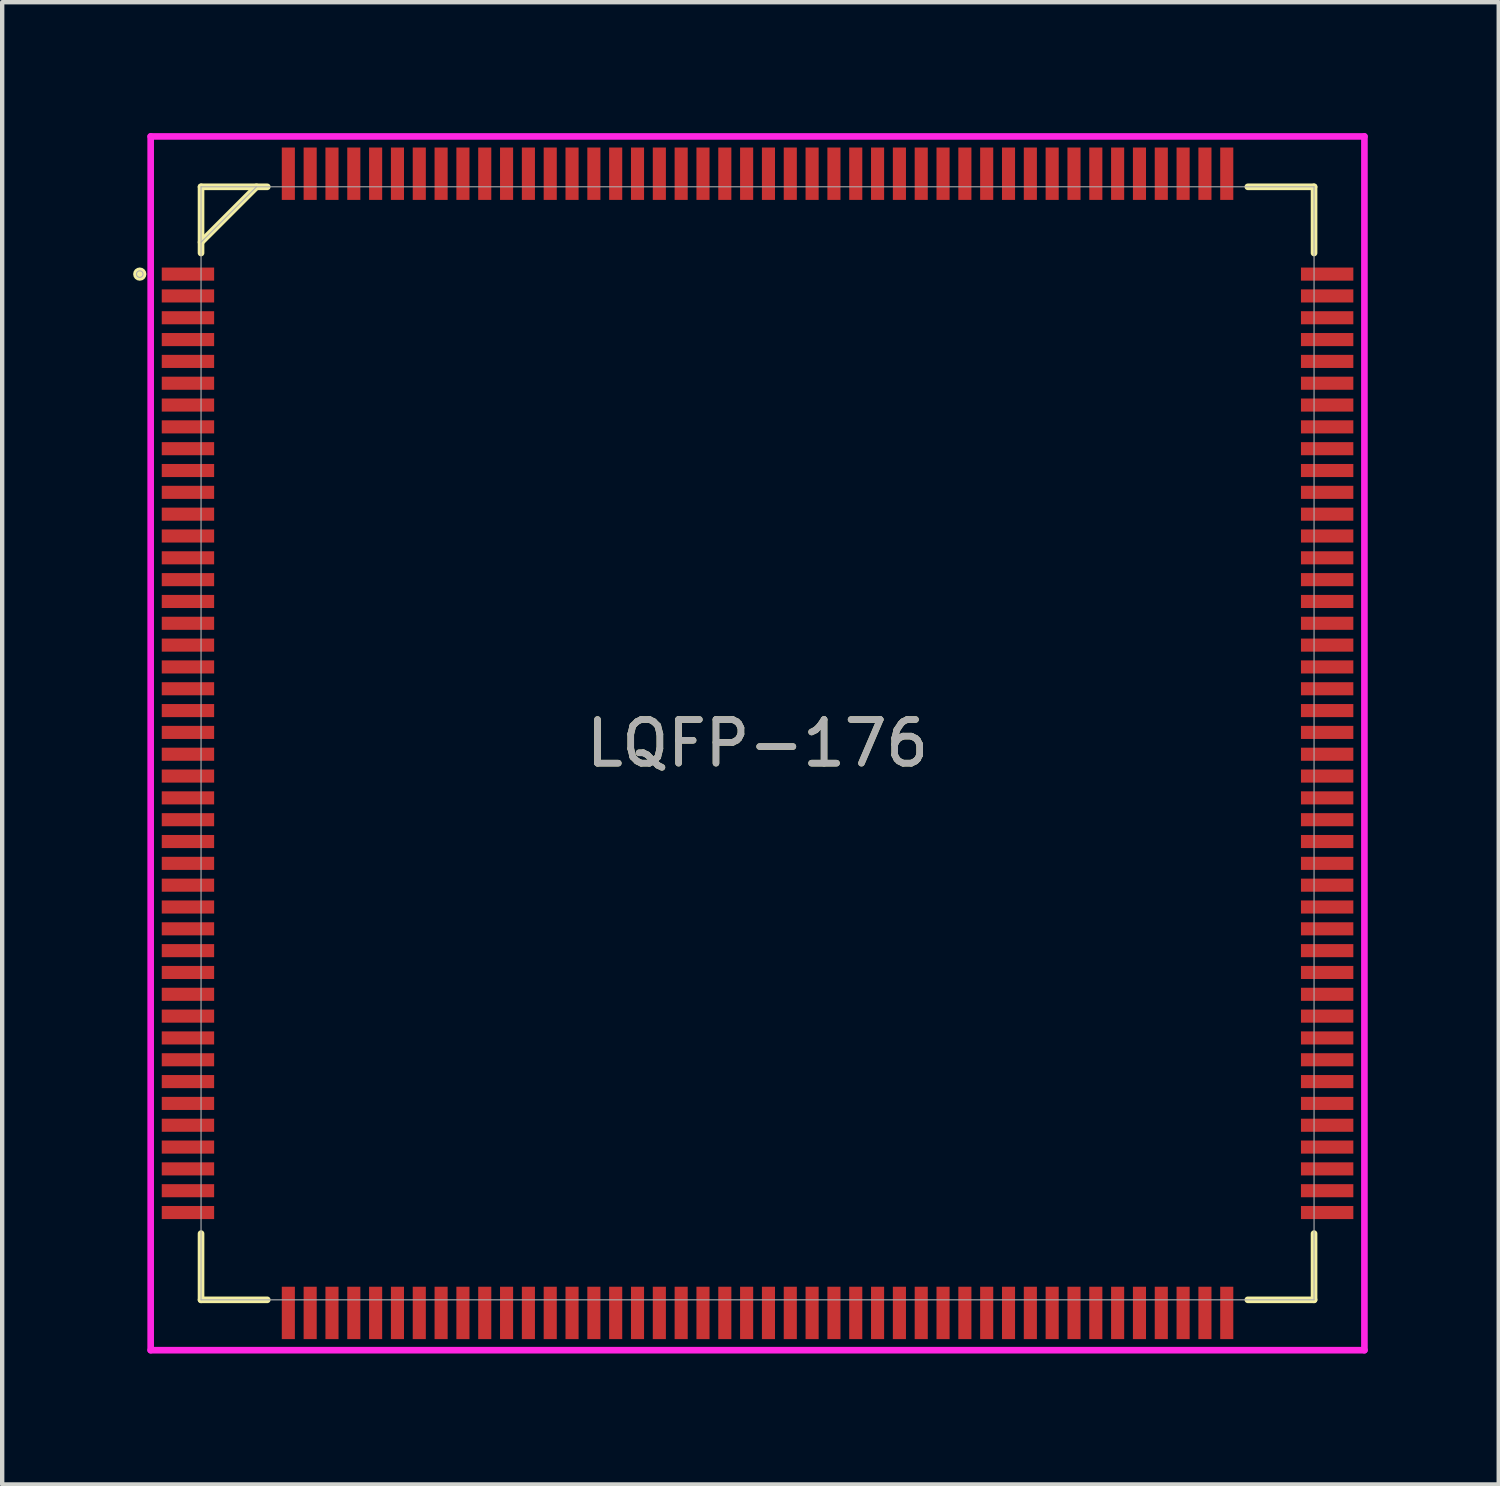
<source format=kicad_pcb>
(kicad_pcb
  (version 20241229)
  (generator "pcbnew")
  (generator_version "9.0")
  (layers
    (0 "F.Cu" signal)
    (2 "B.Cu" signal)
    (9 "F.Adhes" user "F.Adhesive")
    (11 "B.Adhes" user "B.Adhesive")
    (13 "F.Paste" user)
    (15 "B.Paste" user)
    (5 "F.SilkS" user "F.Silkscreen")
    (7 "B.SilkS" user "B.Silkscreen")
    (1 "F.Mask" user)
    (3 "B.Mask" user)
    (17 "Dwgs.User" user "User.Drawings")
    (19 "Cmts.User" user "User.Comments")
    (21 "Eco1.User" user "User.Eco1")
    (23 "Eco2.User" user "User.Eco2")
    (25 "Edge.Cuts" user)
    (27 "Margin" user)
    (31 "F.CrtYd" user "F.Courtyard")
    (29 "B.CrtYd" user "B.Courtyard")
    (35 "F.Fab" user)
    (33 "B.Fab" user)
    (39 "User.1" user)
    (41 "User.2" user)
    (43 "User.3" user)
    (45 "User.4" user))
  (footprint "LQFP-176"
    (layer "F.Cu")
    (at 14.306 13.98)
    (property "Reference" "LQFP-176" (at 0 0 0) (unlocked yes) (layer "F.SilkS") (effects (font (size 1 1) (thickness 0.15))))
    (attr smd)
    (fp_line (start -12.75 -12.75) (end -12.75 -11.233) (stroke (width 0.152) (type solid)) (layer "F.SilkS"))
    (fp_line (start -12.75 -11.48) (end -11.48 -12.75) (stroke (width 0.152) (type solid)) (layer "F.SilkS"))
    (fp_line (start -12.75 11.233) (end -12.75 12.75) (stroke (width 0.152) (type solid)) (layer "F.SilkS"))
    (fp_line (start -12.75 12.75) (end -11.233 12.75) (stroke (width 0.152) (type solid)) (layer "F.SilkS"))
    (fp_line (start -11.233 -12.75) (end -12.75 -12.75) (stroke (width 0.152) (type solid)) (layer "F.SilkS"))
    (fp_line (start 11.233 12.75) (end 12.75 12.75) (stroke (width 0.152) (type solid)) (layer "F.SilkS"))
    (fp_line (start 12.75 -12.75) (end 11.233 -12.75) (stroke (width 0.152) (type solid)) (layer "F.SilkS"))
    (fp_line (start 12.75 -11.233) (end 12.75 -12.75) (stroke (width 0.152) (type solid)) (layer "F.SilkS"))
    (fp_line (start 12.75 12.75) (end 12.75 11.233) (stroke (width 0.152) (type solid)) (layer "F.SilkS"))
    (fp_circle (center -14.154 -10.75) (end -14.078 -10.75) (stroke (width 0.152) (type solid)) (fill no) (layer "F.SilkS"))
    (fp_line (start -13.904 -13.904) (end 13.904 -13.904) (stroke (width 0.152) (type solid)) (layer "F.CrtYd"))
    (fp_line (start -13.904 13.904) (end -13.904 -13.904) (stroke (width 0.152) (type solid)) (layer "F.CrtYd"))
    (fp_line (start 13.904 -13.904) (end 13.904 13.904) (stroke (width 0.152) (type solid)) (layer "F.CrtYd"))
    (fp_line (start 13.904 13.904) (end -13.904 13.904) (stroke (width 0.152) (type solid)) (layer "F.CrtYd"))
    (fp_line (start -12.75 -12.75) (end -12.75 12.75) (stroke (width 0.025) (type solid)) (layer "F.Fab"))
    (fp_line (start -12.75 -11.48) (end -11.48 -12.75) (stroke (width 0.025) (type solid)) (layer "F.Fab"))
    (fp_line (start -12.75 12.75) (end 12.75 12.75) (stroke (width 0.025) (type solid)) (layer "F.Fab"))
    (fp_line (start 12.75 -12.75) (end -12.75 -12.75) (stroke (width 0.025) (type solid)) (layer "F.Fab"))
    (fp_line (start 12.75 12.75) (end 12.75 -12.75) (stroke (width 0.025) (type solid)) (layer "F.Fab"))
    (fp_circle (center -14.154 -10.75) (end -14.078 -10.75) (stroke (width 0.025) (type solid)) (fill no) (layer "F.Fab"))
    (fp_text user "${REFERENCE}" (at 0 0 0) (unlocked yes) (layer "F.Fab") (effects (font (size 1 1) (thickness 0.15))))
    (pad "1" smd rect (at -13.05 -10.75) (size 1.2 0.3) (layers "F.Cu" "F.Mask" "F.Paste"))
    (pad "2" smd rect (at -13.05 -10.25) (size 1.2 0.3) (layers "F.Cu" "F.Mask" "F.Paste"))
    (pad "3" smd rect (at -13.05 -9.75) (size 1.2 0.3) (layers "F.Cu" "F.Mask" "F.Paste"))
    (pad "4" smd rect (at -13.05 -9.25) (size 1.2 0.3) (layers "F.Cu" "F.Mask" "F.Paste"))
    (pad "5" smd rect (at -13.05 -8.75) (size 1.2 0.3) (layers "F.Cu" "F.Mask" "F.Paste"))
    (pad "6" smd rect (at -13.05 -8.25) (size 1.2 0.3) (layers "F.Cu" "F.Mask" "F.Paste"))
    (pad "7" smd rect (at -13.05 -7.75) (size 1.2 0.3) (layers "F.Cu" "F.Mask" "F.Paste"))
    (pad "8" smd rect (at -13.05 -7.25) (size 1.2 0.3) (layers "F.Cu" "F.Mask" "F.Paste"))
    (pad "9" smd rect (at -13.05 -6.75) (size 1.2 0.3) (layers "F.Cu" "F.Mask" "F.Paste"))
    (pad "10" smd rect (at -13.05 -6.25) (size 1.2 0.3) (layers "F.Cu" "F.Mask" "F.Paste"))
    (pad "11" smd rect (at -13.05 -5.75) (size 1.2 0.3) (layers "F.Cu" "F.Mask" "F.Paste"))
    (pad "12" smd rect (at -13.05 -5.25) (size 1.2 0.3) (layers "F.Cu" "F.Mask" "F.Paste"))
    (pad "13" smd rect (at -13.05 -4.75) (size 1.2 0.3) (layers "F.Cu" "F.Mask" "F.Paste"))
    (pad "14" smd rect (at -13.05 -4.25) (size 1.2 0.3) (layers "F.Cu" "F.Mask" "F.Paste"))
    (pad "15" smd rect (at -13.05 -3.75) (size 1.2 0.3) (layers "F.Cu" "F.Mask" "F.Paste"))
    (pad "16" smd rect (at -13.05 -3.25) (size 1.2 0.3) (layers "F.Cu" "F.Mask" "F.Paste"))
    (pad "17" smd rect (at -13.05 -2.75) (size 1.2 0.3) (layers "F.Cu" "F.Mask" "F.Paste"))
    (pad "18" smd rect (at -13.05 -2.25) (size 1.2 0.3) (layers "F.Cu" "F.Mask" "F.Paste"))
    (pad "19" smd rect (at -13.05 -1.75) (size 1.2 0.3) (layers "F.Cu" "F.Mask" "F.Paste"))
    (pad "20" smd rect (at -13.05 -1.25) (size 1.2 0.3) (layers "F.Cu" "F.Mask" "F.Paste"))
    (pad "21" smd rect (at -13.05 -0.75) (size 1.2 0.3) (layers "F.Cu" "F.Mask" "F.Paste"))
    (pad "22" smd rect (at -13.05 -0.25) (size 1.2 0.3) (layers "F.Cu" "F.Mask" "F.Paste"))
    (pad "23" smd rect (at -13.05 0.25) (size 1.2 0.3) (layers "F.Cu" "F.Mask" "F.Paste"))
    (pad "24" smd rect (at -13.05 0.75) (size 1.2 0.3) (layers "F.Cu" "F.Mask" "F.Paste"))
    (pad "25" smd rect (at -13.05 1.25) (size 1.2 0.3) (layers "F.Cu" "F.Mask" "F.Paste"))
    (pad "26" smd rect (at -13.05 1.75) (size 1.2 0.3) (layers "F.Cu" "F.Mask" "F.Paste"))
    (pad "27" smd rect (at -13.05 2.25) (size 1.2 0.3) (layers "F.Cu" "F.Mask" "F.Paste"))
    (pad "28" smd rect (at -13.05 2.75) (size 1.2 0.3) (layers "F.Cu" "F.Mask" "F.Paste"))
    (pad "29" smd rect (at -13.05 3.25) (size 1.2 0.3) (layers "F.Cu" "F.Mask" "F.Paste"))
    (pad "30" smd rect (at -13.05 3.75) (size 1.2 0.3) (layers "F.Cu" "F.Mask" "F.Paste"))
    (pad "31" smd rect (at -13.05 4.25) (size 1.2 0.3) (layers "F.Cu" "F.Mask" "F.Paste"))
    (pad "32" smd rect (at -13.05 4.75) (size 1.2 0.3) (layers "F.Cu" "F.Mask" "F.Paste"))
    (pad "33" smd rect (at -13.05 5.25) (size 1.2 0.3) (layers "F.Cu" "F.Mask" "F.Paste"))
    (pad "34" smd rect (at -13.05 5.75) (size 1.2 0.3) (layers "F.Cu" "F.Mask" "F.Paste"))
    (pad "35" smd rect (at -13.05 6.25) (size 1.2 0.3) (layers "F.Cu" "F.Mask" "F.Paste"))
    (pad "36" smd rect (at -13.05 6.75) (size 1.2 0.3) (layers "F.Cu" "F.Mask" "F.Paste"))
    (pad "37" smd rect (at -13.05 7.25) (size 1.2 0.3) (layers "F.Cu" "F.Mask" "F.Paste"))
    (pad "38" smd rect (at -13.05 7.75) (size 1.2 0.3) (layers "F.Cu" "F.Mask" "F.Paste"))
    (pad "39" smd rect (at -13.05 8.25) (size 1.2 0.3) (layers "F.Cu" "F.Mask" "F.Paste"))
    (pad "40" smd rect (at -13.05 8.75) (size 1.2 0.3) (layers "F.Cu" "F.Mask" "F.Paste"))
    (pad "41" smd rect (at -13.05 9.25) (size 1.2 0.3) (layers "F.Cu" "F.Mask" "F.Paste"))
    (pad "42" smd rect (at -13.05 9.75) (size 1.2 0.3) (layers "F.Cu" "F.Mask" "F.Paste"))
    (pad "43" smd rect (at -13.05 10.25) (size 1.2 0.3) (layers "F.Cu" "F.Mask" "F.Paste"))
    (pad "44" smd rect (at -13.05 10.75) (size 1.2 0.3) (layers "F.Cu" "F.Mask" "F.Paste"))
    (pad "45" smd rect (at -10.75 13.05 90) (size 1.2 0.3) (layers "F.Cu" "F.Mask" "F.Paste"))
    (pad "46" smd rect (at -10.25 13.05 90) (size 1.2 0.3) (layers "F.Cu" "F.Mask" "F.Paste"))
    (pad "47" smd rect (at -9.75 13.05 90) (size 1.2 0.3) (layers "F.Cu" "F.Mask" "F.Paste"))
    (pad "48" smd rect (at -9.25 13.05 90) (size 1.2 0.3) (layers "F.Cu" "F.Mask" "F.Paste"))
    (pad "49" smd rect (at -8.75 13.05 90) (size 1.2 0.3) (layers "F.Cu" "F.Mask" "F.Paste"))
    (pad "50" smd rect (at -8.25 13.05 90) (size 1.2 0.3) (layers "F.Cu" "F.Mask" "F.Paste"))
    (pad "51" smd rect (at -7.75 13.05 90) (size 1.2 0.3) (layers "F.Cu" "F.Mask" "F.Paste"))
    (pad "52" smd rect (at -7.25 13.05 90) (size 1.2 0.3) (layers "F.Cu" "F.Mask" "F.Paste"))
    (pad "53" smd rect (at -6.75 13.05 90) (size 1.2 0.3) (layers "F.Cu" "F.Mask" "F.Paste"))
    (pad "54" smd rect (at -6.25 13.05 90) (size 1.2 0.3) (layers "F.Cu" "F.Mask" "F.Paste"))
    (pad "55" smd rect (at -5.75 13.05 90) (size 1.2 0.3) (layers "F.Cu" "F.Mask" "F.Paste"))
    (pad "56" smd rect (at -5.25 13.05 90) (size 1.2 0.3) (layers "F.Cu" "F.Mask" "F.Paste"))
    (pad "57" smd rect (at -4.75 13.05 90) (size 1.2 0.3) (layers "F.Cu" "F.Mask" "F.Paste"))
    (pad "58" smd rect (at -4.25 13.05 90) (size 1.2 0.3) (layers "F.Cu" "F.Mask" "F.Paste"))
    (pad "59" smd rect (at -3.75 13.05 90) (size 1.2 0.3) (layers "F.Cu" "F.Mask" "F.Paste"))
    (pad "60" smd rect (at -3.25 13.05 90) (size 1.2 0.3) (layers "F.Cu" "F.Mask" "F.Paste"))
    (pad "61" smd rect (at -2.75 13.05 90) (size 1.2 0.3) (layers "F.Cu" "F.Mask" "F.Paste"))
    (pad "62" smd rect (at -2.25 13.05 90) (size 1.2 0.3) (layers "F.Cu" "F.Mask" "F.Paste"))
    (pad "63" smd rect (at -1.75 13.05 90) (size 1.2 0.3) (layers "F.Cu" "F.Mask" "F.Paste"))
    (pad "64" smd rect (at -1.25 13.05 90) (size 1.2 0.3) (layers "F.Cu" "F.Mask" "F.Paste"))
    (pad "65" smd rect (at -0.75 13.05 90) (size 1.2 0.3) (layers "F.Cu" "F.Mask" "F.Paste"))
    (pad "66" smd rect (at -0.25 13.05 90) (size 1.2 0.3) (layers "F.Cu" "F.Mask" "F.Paste"))
    (pad "67" smd rect (at 0.25 13.05 90) (size 1.2 0.3) (layers "F.Cu" "F.Mask" "F.Paste"))
    (pad "68" smd rect (at 0.75 13.05 90) (size 1.2 0.3) (layers "F.Cu" "F.Mask" "F.Paste"))
    (pad "69" smd rect (at 1.25 13.05 90) (size 1.2 0.3) (layers "F.Cu" "F.Mask" "F.Paste"))
    (pad "70" smd rect (at 1.75 13.05 90) (size 1.2 0.3) (layers "F.Cu" "F.Mask" "F.Paste"))
    (pad "71" smd rect (at 2.25 13.05 90) (size 1.2 0.3) (layers "F.Cu" "F.Mask" "F.Paste"))
    (pad "72" smd rect (at 2.75 13.05 90) (size 1.2 0.3) (layers "F.Cu" "F.Mask" "F.Paste"))
    (pad "73" smd rect (at 3.25 13.05 90) (size 1.2 0.3) (layers "F.Cu" "F.Mask" "F.Paste"))
    (pad "74" smd rect (at 3.75 13.05 90) (size 1.2 0.3) (layers "F.Cu" "F.Mask" "F.Paste"))
    (pad "75" smd rect (at 4.25 13.05 90) (size 1.2 0.3) (layers "F.Cu" "F.Mask" "F.Paste"))
    (pad "76" smd rect (at 4.75 13.05 90) (size 1.2 0.3) (layers "F.Cu" "F.Mask" "F.Paste"))
    (pad "77" smd rect (at 5.25 13.05 90) (size 1.2 0.3) (layers "F.Cu" "F.Mask" "F.Paste"))
    (pad "78" smd rect (at 5.75 13.05 90) (size 1.2 0.3) (layers "F.Cu" "F.Mask" "F.Paste"))
    (pad "79" smd rect (at 6.25 13.05 90) (size 1.2 0.3) (layers "F.Cu" "F.Mask" "F.Paste"))
    (pad "80" smd rect (at 6.75 13.05 90) (size 1.2 0.3) (layers "F.Cu" "F.Mask" "F.Paste"))
    (pad "81" smd rect (at 7.25 13.05 90) (size 1.2 0.3) (layers "F.Cu" "F.Mask" "F.Paste"))
    (pad "82" smd rect (at 7.75 13.05 90) (size 1.2 0.3) (layers "F.Cu" "F.Mask" "F.Paste"))
    (pad "83" smd rect (at 8.25 13.05 90) (size 1.2 0.3) (layers "F.Cu" "F.Mask" "F.Paste"))
    (pad "84" smd rect (at 8.75 13.05 90) (size 1.2 0.3) (layers "F.Cu" "F.Mask" "F.Paste"))
    (pad "85" smd rect (at 9.25 13.05 90) (size 1.2 0.3) (layers "F.Cu" "F.Mask" "F.Paste"))
    (pad "86" smd rect (at 9.75 13.05 90) (size 1.2 0.3) (layers "F.Cu" "F.Mask" "F.Paste"))
    (pad "87" smd rect (at 10.25 13.05 90) (size 1.2 0.3) (layers "F.Cu" "F.Mask" "F.Paste"))
    (pad "88" smd rect (at 10.75 13.05 90) (size 1.2 0.3) (layers "F.Cu" "F.Mask" "F.Paste"))
    (pad "89" smd rect (at 13.05 10.75) (size 1.2 0.3) (layers "F.Cu" "F.Mask" "F.Paste"))
    (pad "90" smd rect (at 13.05 10.25) (size 1.2 0.3) (layers "F.Cu" "F.Mask" "F.Paste"))
    (pad "91" smd rect (at 13.05 9.75) (size 1.2 0.3) (layers "F.Cu" "F.Mask" "F.Paste"))
    (pad "92" smd rect (at 13.05 9.25) (size 1.2 0.3) (layers "F.Cu" "F.Mask" "F.Paste"))
    (pad "93" smd rect (at 13.05 8.75) (size 1.2 0.3) (layers "F.Cu" "F.Mask" "F.Paste"))
    (pad "94" smd rect (at 13.05 8.25) (size 1.2 0.3) (layers "F.Cu" "F.Mask" "F.Paste"))
    (pad "95" smd rect (at 13.05 7.75) (size 1.2 0.3) (layers "F.Cu" "F.Mask" "F.Paste"))
    (pad "96" smd rect (at 13.05 7.25) (size 1.2 0.3) (layers "F.Cu" "F.Mask" "F.Paste"))
    (pad "97" smd rect (at 13.05 6.75) (size 1.2 0.3) (layers "F.Cu" "F.Mask" "F.Paste"))
    (pad "98" smd rect (at 13.05 6.25) (size 1.2 0.3) (layers "F.Cu" "F.Mask" "F.Paste"))
    (pad "99" smd rect (at 13.05 5.75) (size 1.2 0.3) (layers "F.Cu" "F.Mask" "F.Paste"))
    (pad "100" smd rect (at 13.05 5.25) (size 1.2 0.3) (layers "F.Cu" "F.Mask" "F.Paste"))
    (pad "101" smd rect (at 13.05 4.75) (size 1.2 0.3) (layers "F.Cu" "F.Mask" "F.Paste"))
    (pad "102" smd rect (at 13.05 4.25) (size 1.2 0.3) (layers "F.Cu" "F.Mask" "F.Paste"))
    (pad "103" smd rect (at 13.05 3.75) (size 1.2 0.3) (layers "F.Cu" "F.Mask" "F.Paste"))
    (pad "104" smd rect (at 13.05 3.25) (size 1.2 0.3) (layers "F.Cu" "F.Mask" "F.Paste"))
    (pad "105" smd rect (at 13.05 2.75) (size 1.2 0.3) (layers "F.Cu" "F.Mask" "F.Paste"))
    (pad "106" smd rect (at 13.05 2.25) (size 1.2 0.3) (layers "F.Cu" "F.Mask" "F.Paste"))
    (pad "107" smd rect (at 13.05 1.75) (size 1.2 0.3) (layers "F.Cu" "F.Mask" "F.Paste"))
    (pad "108" smd rect (at 13.05 1.25) (size 1.2 0.3) (layers "F.Cu" "F.Mask" "F.Paste"))
    (pad "109" smd rect (at 13.05 0.75) (size 1.2 0.3) (layers "F.Cu" "F.Mask" "F.Paste"))
    (pad "110" smd rect (at 13.05 0.25) (size 1.2 0.3) (layers "F.Cu" "F.Mask" "F.Paste"))
    (pad "111" smd rect (at 13.05 -0.25) (size 1.2 0.3) (layers "F.Cu" "F.Mask" "F.Paste"))
    (pad "112" smd rect (at 13.05 -0.75) (size 1.2 0.3) (layers "F.Cu" "F.Mask" "F.Paste"))
    (pad "113" smd rect (at 13.05 -1.25) (size 1.2 0.3) (layers "F.Cu" "F.Mask" "F.Paste"))
    (pad "114" smd rect (at 13.05 -1.75) (size 1.2 0.3) (layers "F.Cu" "F.Mask" "F.Paste"))
    (pad "115" smd rect (at 13.05 -2.25) (size 1.2 0.3) (layers "F.Cu" "F.Mask" "F.Paste"))
    (pad "116" smd rect (at 13.05 -2.75) (size 1.2 0.3) (layers "F.Cu" "F.Mask" "F.Paste"))
    (pad "117" smd rect (at 13.05 -3.25) (size 1.2 0.3) (layers "F.Cu" "F.Mask" "F.Paste"))
    (pad "118" smd rect (at 13.05 -3.75) (size 1.2 0.3) (layers "F.Cu" "F.Mask" "F.Paste"))
    (pad "119" smd rect (at 13.05 -4.25) (size 1.2 0.3) (layers "F.Cu" "F.Mask" "F.Paste"))
    (pad "120" smd rect (at 13.05 -4.75) (size 1.2 0.3) (layers "F.Cu" "F.Mask" "F.Paste"))
    (pad "121" smd rect (at 13.05 -5.25) (size 1.2 0.3) (layers "F.Cu" "F.Mask" "F.Paste"))
    (pad "122" smd rect (at 13.05 -5.75) (size 1.2 0.3) (layers "F.Cu" "F.Mask" "F.Paste"))
    (pad "123" smd rect (at 13.05 -6.25) (size 1.2 0.3) (layers "F.Cu" "F.Mask" "F.Paste"))
    (pad "124" smd rect (at 13.05 -6.75) (size 1.2 0.3) (layers "F.Cu" "F.Mask" "F.Paste"))
    (pad "125" smd rect (at 13.05 -7.25) (size 1.2 0.3) (layers "F.Cu" "F.Mask" "F.Paste"))
    (pad "126" smd rect (at 13.05 -7.75) (size 1.2 0.3) (layers "F.Cu" "F.Mask" "F.Paste"))
    (pad "127" smd rect (at 13.05 -8.25) (size 1.2 0.3) (layers "F.Cu" "F.Mask" "F.Paste"))
    (pad "128" smd rect (at 13.05 -8.75) (size 1.2 0.3) (layers "F.Cu" "F.Mask" "F.Paste"))
    (pad "129" smd rect (at 13.05 -9.25) (size 1.2 0.3) (layers "F.Cu" "F.Mask" "F.Paste"))
    (pad "130" smd rect (at 13.05 -9.75) (size 1.2 0.3) (layers "F.Cu" "F.Mask" "F.Paste"))
    (pad "131" smd rect (at 13.05 -10.25) (size 1.2 0.3) (layers "F.Cu" "F.Mask" "F.Paste"))
    (pad "132" smd rect (at 13.05 -10.75) (size 1.2 0.3) (layers "F.Cu" "F.Mask" "F.Paste"))
    (pad "133" smd rect (at 10.75 -13.05 90) (size 1.2 0.3) (layers "F.Cu" "F.Mask" "F.Paste"))
    (pad "134" smd rect (at 10.25 -13.05 90) (size 1.2 0.3) (layers "F.Cu" "F.Mask" "F.Paste"))
    (pad "135" smd rect (at 9.75 -13.05 90) (size 1.2 0.3) (layers "F.Cu" "F.Mask" "F.Paste"))
    (pad "136" smd rect (at 9.25 -13.05 90) (size 1.2 0.3) (layers "F.Cu" "F.Mask" "F.Paste"))
    (pad "137" smd rect (at 8.75 -13.05 90) (size 1.2 0.3) (layers "F.Cu" "F.Mask" "F.Paste"))
    (pad "138" smd rect (at 8.25 -13.05 90) (size 1.2 0.3) (layers "F.Cu" "F.Mask" "F.Paste"))
    (pad "139" smd rect (at 7.75 -13.05 90) (size 1.2 0.3) (layers "F.Cu" "F.Mask" "F.Paste"))
    (pad "140" smd rect (at 7.25 -13.05 90) (size 1.2 0.3) (layers "F.Cu" "F.Mask" "F.Paste"))
    (pad "141" smd rect (at 6.75 -13.05 90) (size 1.2 0.3) (layers "F.Cu" "F.Mask" "F.Paste"))
    (pad "142" smd rect (at 6.25 -13.05 90) (size 1.2 0.3) (layers "F.Cu" "F.Mask" "F.Paste"))
    (pad "143" smd rect (at 5.75 -13.05 90) (size 1.2 0.3) (layers "F.Cu" "F.Mask" "F.Paste"))
    (pad "144" smd rect (at 5.25 -13.05 90) (size 1.2 0.3) (layers "F.Cu" "F.Mask" "F.Paste"))
    (pad "145" smd rect (at 4.75 -13.05 90) (size 1.2 0.3) (layers "F.Cu" "F.Mask" "F.Paste"))
    (pad "146" smd rect (at 4.25 -13.05 90) (size 1.2 0.3) (layers "F.Cu" "F.Mask" "F.Paste"))
    (pad "147" smd rect (at 3.75 -13.05 90) (size 1.2 0.3) (layers "F.Cu" "F.Mask" "F.Paste"))
    (pad "148" smd rect (at 3.25 -13.05 90) (size 1.2 0.3) (layers "F.Cu" "F.Mask" "F.Paste"))
    (pad "149" smd rect (at 2.75 -13.05 90) (size 1.2 0.3) (layers "F.Cu" "F.Mask" "F.Paste"))
    (pad "150" smd rect (at 2.25 -13.05 90) (size 1.2 0.3) (layers "F.Cu" "F.Mask" "F.Paste"))
    (pad "151" smd rect (at 1.75 -13.05 90) (size 1.2 0.3) (layers "F.Cu" "F.Mask" "F.Paste"))
    (pad "152" smd rect (at 1.25 -13.05 90) (size 1.2 0.3) (layers "F.Cu" "F.Mask" "F.Paste"))
    (pad "153" smd rect (at 0.75 -13.05 90) (size 1.2 0.3) (layers "F.Cu" "F.Mask" "F.Paste"))
    (pad "154" smd rect (at 0.25 -13.05 90) (size 1.2 0.3) (layers "F.Cu" "F.Mask" "F.Paste"))
    (pad "155" smd rect (at -0.25 -13.05 90) (size 1.2 0.3) (layers "F.Cu" "F.Mask" "F.Paste"))
    (pad "156" smd rect (at -0.75 -13.05 90) (size 1.2 0.3) (layers "F.Cu" "F.Mask" "F.Paste"))
    (pad "157" smd rect (at -1.25 -13.05 90) (size 1.2 0.3) (layers "F.Cu" "F.Mask" "F.Paste"))
    (pad "158" smd rect (at -1.75 -13.05 90) (size 1.2 0.3) (layers "F.Cu" "F.Mask" "F.Paste"))
    (pad "159" smd rect (at -2.25 -13.05 90) (size 1.2 0.3) (layers "F.Cu" "F.Mask" "F.Paste"))
    (pad "160" smd rect (at -2.75 -13.05 90) (size 1.2 0.3) (layers "F.Cu" "F.Mask" "F.Paste"))
    (pad "161" smd rect (at -3.25 -13.05 90) (size 1.2 0.3) (layers "F.Cu" "F.Mask" "F.Paste"))
    (pad "162" smd rect (at -3.75 -13.05 90) (size 1.2 0.3) (layers "F.Cu" "F.Mask" "F.Paste"))
    (pad "163" smd rect (at -4.25 -13.05 90) (size 1.2 0.3) (layers "F.Cu" "F.Mask" "F.Paste"))
    (pad "164" smd rect (at -4.75 -13.05 90) (size 1.2 0.3) (layers "F.Cu" "F.Mask" "F.Paste"))
    (pad "165" smd rect (at -5.25 -13.05 90) (size 1.2 0.3) (layers "F.Cu" "F.Mask" "F.Paste"))
    (pad "166" smd rect (at -5.75 -13.05 90) (size 1.2 0.3) (layers "F.Cu" "F.Mask" "F.Paste"))
    (pad "167" smd rect (at -6.25 -13.05 90) (size 1.2 0.3) (layers "F.Cu" "F.Mask" "F.Paste"))
    (pad "168" smd rect (at -6.75 -13.05 90) (size 1.2 0.3) (layers "F.Cu" "F.Mask" "F.Paste"))
    (pad "169" smd rect (at -7.25 -13.05 90) (size 1.2 0.3) (layers "F.Cu" "F.Mask" "F.Paste"))
    (pad "170" smd rect (at -7.75 -13.05 90) (size 1.2 0.3) (layers "F.Cu" "F.Mask" "F.Paste"))
    (pad "171" smd rect (at -8.25 -13.05 90) (size 1.2 0.3) (layers "F.Cu" "F.Mask" "F.Paste"))
    (pad "172" smd rect (at -8.75 -13.05 90) (size 1.2 0.3) (layers "F.Cu" "F.Mask" "F.Paste"))
    (pad "173" smd rect (at -9.25 -13.05 90) (size 1.2 0.3) (layers "F.Cu" "F.Mask" "F.Paste"))
    (pad "174" smd rect (at -9.75 -13.05 90) (size 1.2 0.3) (layers "F.Cu" "F.Mask" "F.Paste"))
    (pad "175" smd rect (at -10.25 -13.05 90) (size 1.2 0.3) (layers "F.Cu" "F.Mask" "F.Paste"))
    (pad "176" smd rect (at -10.75 -13.05 90) (size 1.2 0.3) (layers "F.Cu" "F.Mask" "F.Paste")))
  (gr_rect
    (start -3 -3)
    (end 31.287 30.96)
    (stroke (width 0.1) (type default))
    (fill no)
    (layer "Edge.Cuts")))
</source>
